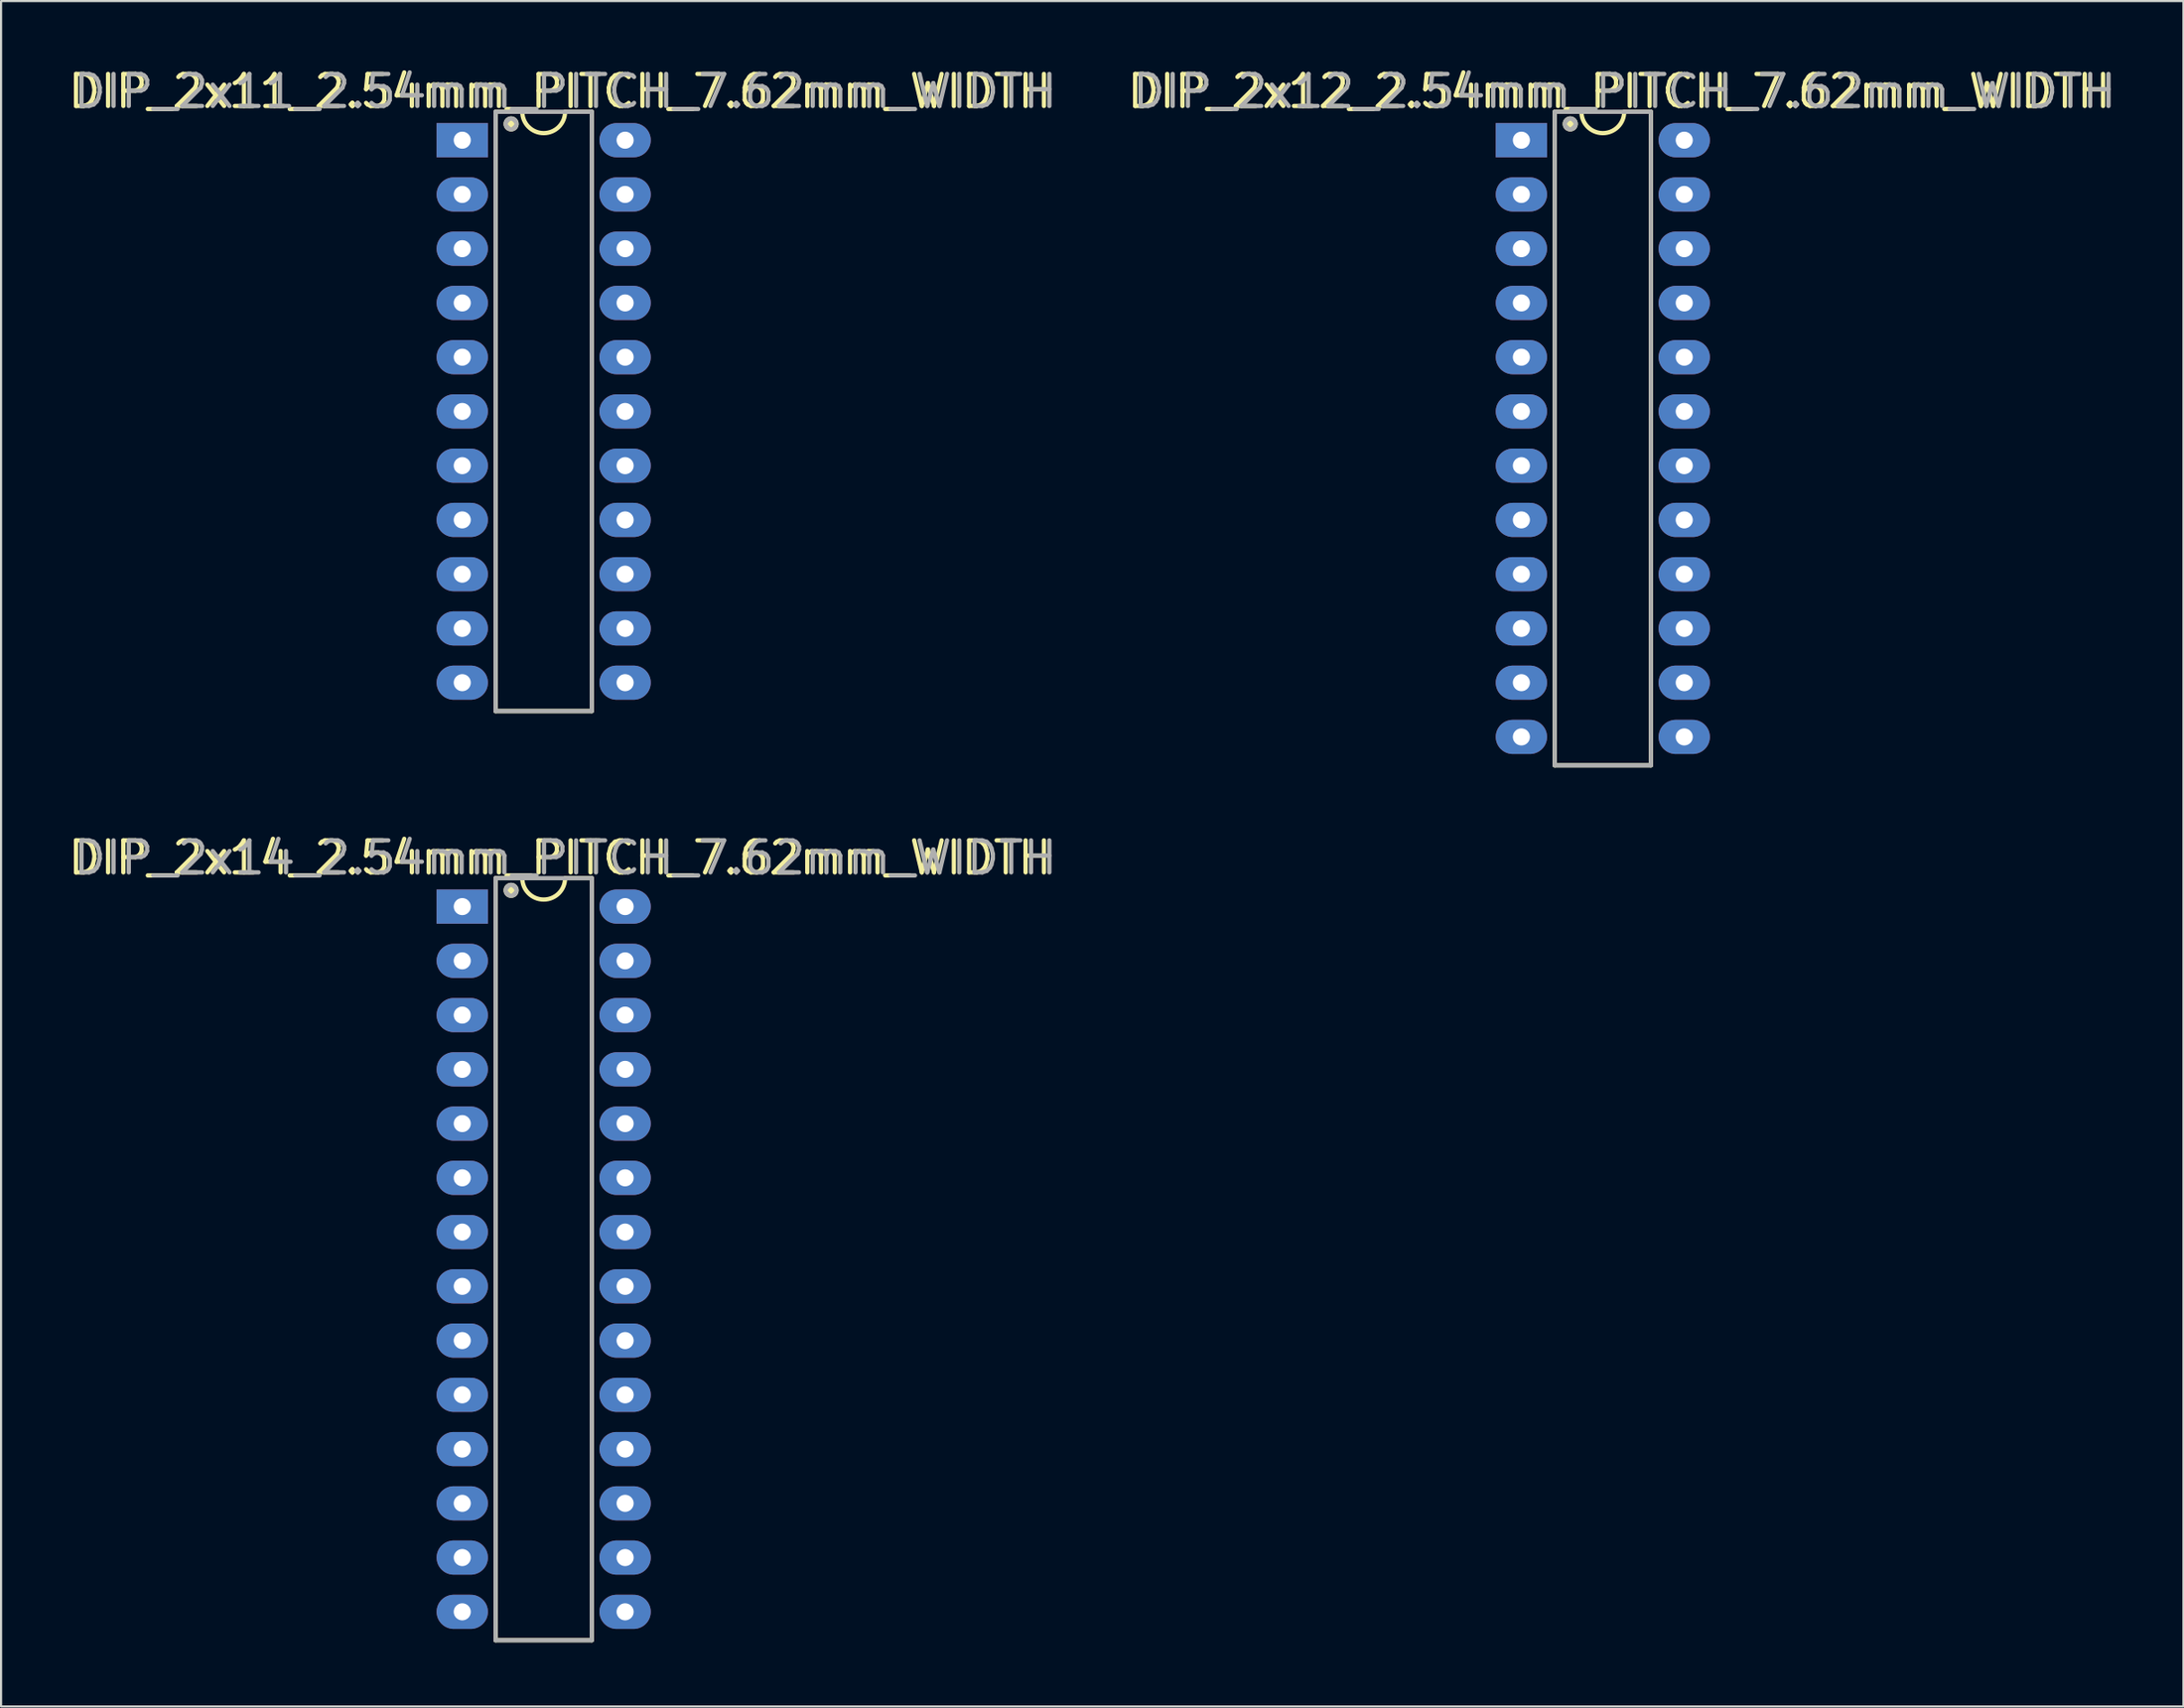
<source format=kicad_pcb>
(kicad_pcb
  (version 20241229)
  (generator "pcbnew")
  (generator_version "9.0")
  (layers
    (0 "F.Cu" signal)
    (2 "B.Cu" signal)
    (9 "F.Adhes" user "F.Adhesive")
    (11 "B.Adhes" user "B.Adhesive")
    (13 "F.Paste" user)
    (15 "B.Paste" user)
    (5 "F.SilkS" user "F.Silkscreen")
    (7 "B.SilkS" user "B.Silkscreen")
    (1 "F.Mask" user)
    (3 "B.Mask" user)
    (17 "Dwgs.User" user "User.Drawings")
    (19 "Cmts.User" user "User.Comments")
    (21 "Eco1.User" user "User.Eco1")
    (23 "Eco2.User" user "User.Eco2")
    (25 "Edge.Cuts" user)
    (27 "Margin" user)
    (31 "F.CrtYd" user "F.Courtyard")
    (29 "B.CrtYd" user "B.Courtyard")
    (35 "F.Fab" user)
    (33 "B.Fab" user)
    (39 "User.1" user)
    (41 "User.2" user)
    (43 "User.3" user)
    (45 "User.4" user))
  (footprint "DIP_2x11_2.54mm_PITCH_7.62mm_WIDTH"
    (layer "F.Cu")
    (at 18.578 3.514)
    (property "Reference" "DIP_2x11_2.54mm_PITCH_7.62mm_WIDTH" (at 4.572 -2.286 0) (layer "F.SilkS") (effects (font (size 1.5 1.5) (thickness 0.2))))
    (attr through_hole)
    (fp_line (start 1.56 -1.33) (end 1.56 26.73) (stroke (width 0.2) (type solid)) (layer "F.SilkS"))
    (fp_line (start 1.56 26.73) (end 6.06 26.73) (stroke (width 0.2) (type solid)) (layer "F.SilkS"))
    (fp_line (start 2.81 -1.33) (end 1.56 -1.33) (stroke (width 0.2) (type solid)) (layer "F.SilkS"))
    (fp_line (start 6.06 -1.33) (end 4.81 -1.33) (stroke (width 0.2) (type solid)) (layer "F.SilkS"))
    (fp_line (start 6.06 26.73) (end 6.06 -1.33) (stroke (width 0.2) (type solid)) (layer "F.SilkS"))
    (fp_arc (start 4.81 -1.33) (mid 3.81 -0.33) (end 2.81 -1.33) (stroke (width 0.2) (type solid)) (layer "F.SilkS"))
    (fp_circle (center 2.286 -0.762) (end 2.54 -0.762) (stroke (width 0.2) (type solid)) (fill no) (layer "F.SilkS"))
    (fp_poly (pts (xy 2.286 -1.016) (xy 2.54 -0.762) (xy 2.286 -0.508) (xy 2.032 -0.762)) (stroke (width 0.1) (type solid)) (fill yes) (layer "F.SilkS"))
    (fp_line (start 1.56 -1.33) (end 1.56 26.73) (stroke (width 0.2) (type solid)) (layer "F.Fab"))
    (fp_line (start 1.56 26.73) (end 6.06 26.73) (stroke (width 0.2) (type solid)) (layer "F.Fab"))
    (fp_line (start 6.06 -1.33) (end 1.56 -1.33) (stroke (width 0.2) (type solid)) (layer "F.Fab"))
    (fp_line (start 6.06 26.73) (end 6.06 -1.33) (stroke (width 0.2) (type solid)) (layer "F.Fab"))
    (fp_circle (center 2.286 -0.762) (end 2.54 -0.762) (stroke (width 0.2) (type solid)) (fill no) (layer "F.Fab"))
    (fp_poly (pts (xy 2.286 -1.016) (xy 2.54 -0.762) (xy 2.286 -0.508) (xy 2.032 -0.762)) (stroke (width 0.1) (type solid)) (fill no) (layer "F.Fab"))
    (fp_text user "${REFERENCE}" (at 4.826 -2.286 0) (layer "F.Fab") (effects (font (size 1.5 1.5) (thickness 0.2))))
    (pad "1" thru_hole rect (at 0 0) (size 2.4 1.6) (drill 0.8) (layers "*.Cu" "*.Mask"))
    (pad "2" thru_hole oval (at 0 2.54) (size 2.4 1.6) (drill 0.8) (layers "*.Cu" "*.Mask"))
    (pad "3" thru_hole oval (at 0 5.08) (size 2.4 1.6) (drill 0.8) (layers "*.Cu" "*.Mask"))
    (pad "4" thru_hole oval (at 0 7.62) (size 2.4 1.6) (drill 0.8) (layers "*.Cu" "*.Mask"))
    (pad "5" thru_hole oval (at 0 10.16) (size 2.4 1.6) (drill 0.8) (layers "*.Cu" "*.Mask"))
    (pad "6" thru_hole oval (at 0 12.7) (size 2.4 1.6) (drill 0.8) (layers "*.Cu" "*.Mask"))
    (pad "7" thru_hole oval (at 0 15.24) (size 2.4 1.6) (drill 0.8) (layers "*.Cu" "*.Mask"))
    (pad "8" thru_hole oval (at 0 17.78) (size 2.4 1.6) (drill 0.8) (layers "*.Cu" "*.Mask"))
    (pad "9" thru_hole oval (at 0 20.32) (size 2.4 1.6) (drill 0.8) (layers "*.Cu" "*.Mask"))
    (pad "10" thru_hole oval (at 0 22.86) (size 2.4 1.6) (drill 0.8) (layers "*.Cu" "*.Mask"))
    (pad "11" thru_hole oval (at 0 25.4) (size 2.4 1.6) (drill 0.8) (layers "*.Cu" "*.Mask"))
    (pad "12" thru_hole oval (at 7.62 25.4) (size 2.4 1.6) (drill 0.8) (layers "*.Cu" "*.Mask"))
    (pad "13" thru_hole oval (at 7.62 22.86) (size 2.4 1.6) (drill 0.8) (layers "*.Cu" "*.Mask"))
    (pad "14" thru_hole oval (at 7.62 20.32) (size 2.4 1.6) (drill 0.8) (layers "*.Cu" "*.Mask"))
    (pad "15" thru_hole oval (at 7.62 17.78) (size 2.4 1.6) (drill 0.8) (layers "*.Cu" "*.Mask"))
    (pad "16" thru_hole oval (at 7.62 15.24) (size 2.4 1.6) (drill 0.8) (layers "*.Cu" "*.Mask"))
    (pad "17" thru_hole oval (at 7.62 12.7) (size 2.4 1.6) (drill 0.8) (layers "*.Cu" "*.Mask"))
    (pad "18" thru_hole oval (at 7.62 10.16) (size 2.4 1.6) (drill 0.8) (layers "*.Cu" "*.Mask"))
    (pad "19" thru_hole oval (at 7.62 7.62) (size 2.4 1.6) (drill 0.8) (layers "*.Cu" "*.Mask"))
    (pad "20" thru_hole oval (at 7.62 5.08) (size 2.4 1.6) (drill 0.8) (layers "*.Cu" "*.Mask"))
    (pad "21" thru_hole oval (at 7.62 2.54) (size 2.4 1.6) (drill 0.8) (layers "*.Cu" "*.Mask"))
    (pad "22" thru_hole oval (at 7.62 0) (size 2.4 1.6) (drill 0.8) (layers "*.Cu" "*.Mask")))
  (footprint "DIP_2x12_2.54mm_PITCH_7.62mm_WIDTH"
    (layer "F.Cu")
    (at 68.132 3.514)
    (property "Reference" "DIP_2x12_2.54mm_PITCH_7.62mm_WIDTH" (at 4.572 -2.286 0) (layer "F.SilkS") (effects (font (size 1.5 1.5) (thickness 0.2))))
    (attr through_hole)
    (fp_line (start 1.56 -1.33) (end 1.56 29.27) (stroke (width 0.2) (type solid)) (layer "F.SilkS"))
    (fp_line (start 1.56 29.27) (end 6.06 29.27) (stroke (width 0.2) (type solid)) (layer "F.SilkS"))
    (fp_line (start 2.81 -1.33) (end 1.56 -1.33) (stroke (width 0.2) (type solid)) (layer "F.SilkS"))
    (fp_line (start 6.06 -1.33) (end 4.81 -1.33) (stroke (width 0.2) (type solid)) (layer "F.SilkS"))
    (fp_line (start 6.06 29.27) (end 6.06 -1.33) (stroke (width 0.2) (type solid)) (layer "F.SilkS"))
    (fp_arc (start 4.81 -1.33) (mid 3.81 -0.33) (end 2.81 -1.33) (stroke (width 0.2) (type solid)) (layer "F.SilkS"))
    (fp_circle (center 2.286 -0.762) (end 2.54 -0.762) (stroke (width 0.2) (type solid)) (fill no) (layer "F.SilkS"))
    (fp_poly (pts (xy 2.286 -1.016) (xy 2.54 -0.762) (xy 2.286 -0.508) (xy 2.032 -0.762)) (stroke (width 0.1) (type solid)) (fill yes) (layer "F.SilkS"))
    (fp_line (start 1.56 -1.33) (end 1.56 29.27) (stroke (width 0.2) (type solid)) (layer "F.Fab"))
    (fp_line (start 1.56 29.27) (end 6.06 29.27) (stroke (width 0.2) (type solid)) (layer "F.Fab"))
    (fp_line (start 6.06 -1.33) (end 1.56 -1.33) (stroke (width 0.2) (type solid)) (layer "F.Fab"))
    (fp_line (start 6.06 29.27) (end 6.06 -1.33) (stroke (width 0.2) (type solid)) (layer "F.Fab"))
    (fp_circle (center 2.286 -0.762) (end 2.54 -0.762) (stroke (width 0.2) (type solid)) (fill no) (layer "F.Fab"))
    (fp_poly (pts (xy 2.286 -1.016) (xy 2.54 -0.762) (xy 2.286 -0.508) (xy 2.032 -0.762)) (stroke (width 0.1) (type solid)) (fill no) (layer "F.Fab"))
    (fp_text user "${REFERENCE}" (at 4.826 -2.286 0) (layer "F.Fab") (effects (font (size 1.5 1.5) (thickness 0.2))))
    (pad "1" thru_hole rect (at 0 0) (size 2.4 1.6) (drill 0.8) (layers "*.Cu" "*.Mask"))
    (pad "2" thru_hole oval (at 0 2.54) (size 2.4 1.6) (drill 0.8) (layers "*.Cu" "*.Mask"))
    (pad "3" thru_hole oval (at 0 5.08) (size 2.4 1.6) (drill 0.8) (layers "*.Cu" "*.Mask"))
    (pad "4" thru_hole oval (at 0 7.62) (size 2.4 1.6) (drill 0.8) (layers "*.Cu" "*.Mask"))
    (pad "5" thru_hole oval (at 0 10.16) (size 2.4 1.6) (drill 0.8) (layers "*.Cu" "*.Mask"))
    (pad "6" thru_hole oval (at 0 12.7) (size 2.4 1.6) (drill 0.8) (layers "*.Cu" "*.Mask"))
    (pad "7" thru_hole oval (at 0 15.24) (size 2.4 1.6) (drill 0.8) (layers "*.Cu" "*.Mask"))
    (pad "8" thru_hole oval (at 0 17.78) (size 2.4 1.6) (drill 0.8) (layers "*.Cu" "*.Mask"))
    (pad "9" thru_hole oval (at 0 20.32) (size 2.4 1.6) (drill 0.8) (layers "*.Cu" "*.Mask"))
    (pad "10" thru_hole oval (at 0 22.86) (size 2.4 1.6) (drill 0.8) (layers "*.Cu" "*.Mask"))
    (pad "11" thru_hole oval (at 0 25.4) (size 2.4 1.6) (drill 0.8) (layers "*.Cu" "*.Mask"))
    (pad "12" thru_hole oval (at 0 27.94) (size 2.4 1.6) (drill 0.8) (layers "*.Cu" "*.Mask"))
    (pad "13" thru_hole oval (at 7.62 27.94) (size 2.4 1.6) (drill 0.8) (layers "*.Cu" "*.Mask"))
    (pad "14" thru_hole oval (at 7.62 25.4) (size 2.4 1.6) (drill 0.8) (layers "*.Cu" "*.Mask"))
    (pad "15" thru_hole oval (at 7.62 22.86) (size 2.4 1.6) (drill 0.8) (layers "*.Cu" "*.Mask"))
    (pad "16" thru_hole oval (at 7.62 20.32) (size 2.4 1.6) (drill 0.8) (layers "*.Cu" "*.Mask"))
    (pad "17" thru_hole oval (at 7.62 17.78) (size 2.4 1.6) (drill 0.8) (layers "*.Cu" "*.Mask"))
    (pad "18" thru_hole oval (at 7.62 15.24) (size 2.4 1.6) (drill 0.8) (layers "*.Cu" "*.Mask"))
    (pad "19" thru_hole oval (at 7.62 12.7) (size 2.4 1.6) (drill 0.8) (layers "*.Cu" "*.Mask"))
    (pad "20" thru_hole oval (at 7.62 10.16) (size 2.4 1.6) (drill 0.8) (layers "*.Cu" "*.Mask"))
    (pad "21" thru_hole oval (at 7.62 7.62) (size 2.4 1.6) (drill 0.8) (layers "*.Cu" "*.Mask"))
    (pad "22" thru_hole oval (at 7.62 5.08) (size 2.4 1.6) (drill 0.8) (layers "*.Cu" "*.Mask"))
    (pad "23" thru_hole oval (at 7.62 2.54) (size 2.4 1.6) (drill 0.8) (layers "*.Cu" "*.Mask"))
    (pad "24" thru_hole oval (at 7.62 0) (size 2.4 1.6) (drill 0.8) (layers "*.Cu" "*.Mask")))
  (footprint "DIP_2x14_2.54mm_PITCH_7.62mm_WIDTH"
    (layer "F.Cu")
    (at 18.578 39.399)
    (property "Reference" "DIP_2x14_2.54mm_PITCH_7.62mm_WIDTH" (at 4.572 -2.286 0) (layer "F.SilkS") (effects (font (size 1.5 1.5) (thickness 0.2))))
    (attr through_hole)
    (fp_line (start 1.56 -1.33) (end 1.56 34.35) (stroke (width 0.2) (type solid)) (layer "F.SilkS"))
    (fp_line (start 1.56 34.35) (end 6.06 34.35) (stroke (width 0.2) (type solid)) (layer "F.SilkS"))
    (fp_line (start 2.81 -1.33) (end 1.56 -1.33) (stroke (width 0.2) (type solid)) (layer "F.SilkS"))
    (fp_line (start 6.06 -1.33) (end 4.81 -1.33) (stroke (width 0.2) (type solid)) (layer "F.SilkS"))
    (fp_line (start 6.06 34.35) (end 6.06 -1.33) (stroke (width 0.2) (type solid)) (layer "F.SilkS"))
    (fp_arc (start 4.81 -1.33) (mid 3.81 -0.33) (end 2.81 -1.33) (stroke (width 0.2) (type solid)) (layer "F.SilkS"))
    (fp_circle (center 2.286 -0.762) (end 2.54 -0.762) (stroke (width 0.2) (type solid)) (fill no) (layer "F.SilkS"))
    (fp_poly (pts (xy 2.286 -1.016) (xy 2.54 -0.762) (xy 2.286 -0.508) (xy 2.032 -0.762)) (stroke (width 0.1) (type solid)) (fill yes) (layer "F.SilkS"))
    (fp_line (start 1.56 -1.33) (end 1.56 34.35) (stroke (width 0.2) (type solid)) (layer "F.Fab"))
    (fp_line (start 1.56 34.35) (end 6.06 34.35) (stroke (width 0.2) (type solid)) (layer "F.Fab"))
    (fp_line (start 6.06 -1.33) (end 1.56 -1.33) (stroke (width 0.2) (type solid)) (layer "F.Fab"))
    (fp_line (start 6.06 34.35) (end 6.06 -1.33) (stroke (width 0.2) (type solid)) (layer "F.Fab"))
    (fp_circle (center 2.286 -0.762) (end 2.54 -0.762) (stroke (width 0.2) (type solid)) (fill no) (layer "F.Fab"))
    (fp_poly (pts (xy 2.286 -1.016) (xy 2.54 -0.762) (xy 2.286 -0.508) (xy 2.032 -0.762)) (stroke (width 0.1) (type solid)) (fill no) (layer "F.Fab"))
    (fp_text user "${REFERENCE}" (at 4.826 -2.286 0) (layer "F.Fab") (effects (font (size 1.5 1.5) (thickness 0.2))))
    (pad "1" thru_hole rect (at 0 0) (size 2.4 1.6) (drill 0.8) (layers "*.Cu" "*.Mask"))
    (pad "2" thru_hole oval (at 0 2.54) (size 2.4 1.6) (drill 0.8) (layers "*.Cu" "*.Mask"))
    (pad "3" thru_hole oval (at 0 5.08) (size 2.4 1.6) (drill 0.8) (layers "*.Cu" "*.Mask"))
    (pad "4" thru_hole oval (at 0 7.62) (size 2.4 1.6) (drill 0.8) (layers "*.Cu" "*.Mask"))
    (pad "5" thru_hole oval (at 0 10.16) (size 2.4 1.6) (drill 0.8) (layers "*.Cu" "*.Mask"))
    (pad "6" thru_hole oval (at 0 12.7) (size 2.4 1.6) (drill 0.8) (layers "*.Cu" "*.Mask"))
    (pad "7" thru_hole oval (at 0 15.24) (size 2.4 1.6) (drill 0.8) (layers "*.Cu" "*.Mask"))
    (pad "8" thru_hole oval (at 0 17.78) (size 2.4 1.6) (drill 0.8) (layers "*.Cu" "*.Mask"))
    (pad "9" thru_hole oval (at 0 20.32) (size 2.4 1.6) (drill 0.8) (layers "*.Cu" "*.Mask"))
    (pad "10" thru_hole oval (at 0 22.86) (size 2.4 1.6) (drill 0.8) (layers "*.Cu" "*.Mask"))
    (pad "11" thru_hole oval (at 0 25.4) (size 2.4 1.6) (drill 0.8) (layers "*.Cu" "*.Mask"))
    (pad "12" thru_hole oval (at 0 27.94) (size 2.4 1.6) (drill 0.8) (layers "*.Cu" "*.Mask"))
    (pad "13" thru_hole oval (at 0 30.48) (size 2.4 1.6) (drill 0.8) (layers "*.Cu" "*.Mask"))
    (pad "14" thru_hole oval (at 0 33.02) (size 2.4 1.6) (drill 0.8) (layers "*.Cu" "*.Mask"))
    (pad "15" thru_hole oval (at 7.62 33.02) (size 2.4 1.6) (drill 0.8) (layers "*.Cu" "*.Mask"))
    (pad "16" thru_hole oval (at 7.62 30.48) (size 2.4 1.6) (drill 0.8) (layers "*.Cu" "*.Mask"))
    (pad "17" thru_hole oval (at 7.62 27.94) (size 2.4 1.6) (drill 0.8) (layers "*.Cu" "*.Mask"))
    (pad "18" thru_hole oval (at 7.62 25.4) (size 2.4 1.6) (drill 0.8) (layers "*.Cu" "*.Mask"))
    (pad "19" thru_hole oval (at 7.62 22.86) (size 2.4 1.6) (drill 0.8) (layers "*.Cu" "*.Mask"))
    (pad "20" thru_hole oval (at 7.62 20.32) (size 2.4 1.6) (drill 0.8) (layers "*.Cu" "*.Mask"))
    (pad "21" thru_hole oval (at 7.62 17.78) (size 2.4 1.6) (drill 0.8) (layers "*.Cu" "*.Mask"))
    (pad "22" thru_hole oval (at 7.62 15.24) (size 2.4 1.6) (drill 0.8) (layers "*.Cu" "*.Mask"))
    (pad "23" thru_hole oval (at 7.62 12.7) (size 2.4 1.6) (drill 0.8) (layers "*.Cu" "*.Mask"))
    (pad "24" thru_hole oval (at 7.62 10.16) (size 2.4 1.6) (drill 0.8) (layers "*.Cu" "*.Mask"))
    (pad "25" thru_hole oval (at 7.62 7.62) (size 2.4 1.6) (drill 0.8) (layers "*.Cu" "*.Mask"))
    (pad "26" thru_hole oval (at 7.62 5.08) (size 2.4 1.6) (drill 0.8) (layers "*.Cu" "*.Mask"))
    (pad "27" thru_hole oval (at 7.62 2.54) (size 2.4 1.6) (drill 0.8) (layers "*.Cu" "*.Mask"))
    (pad "28" thru_hole oval (at 7.62 0) (size 2.4 1.6) (drill 0.8) (layers "*.Cu" "*.Mask")))
  (gr_rect
    (start -3 -3)
    (end 99.108 76.849)
    (stroke (width 0.1) (type default))
    (fill no)
    (layer "Edge.Cuts")))
</source>
